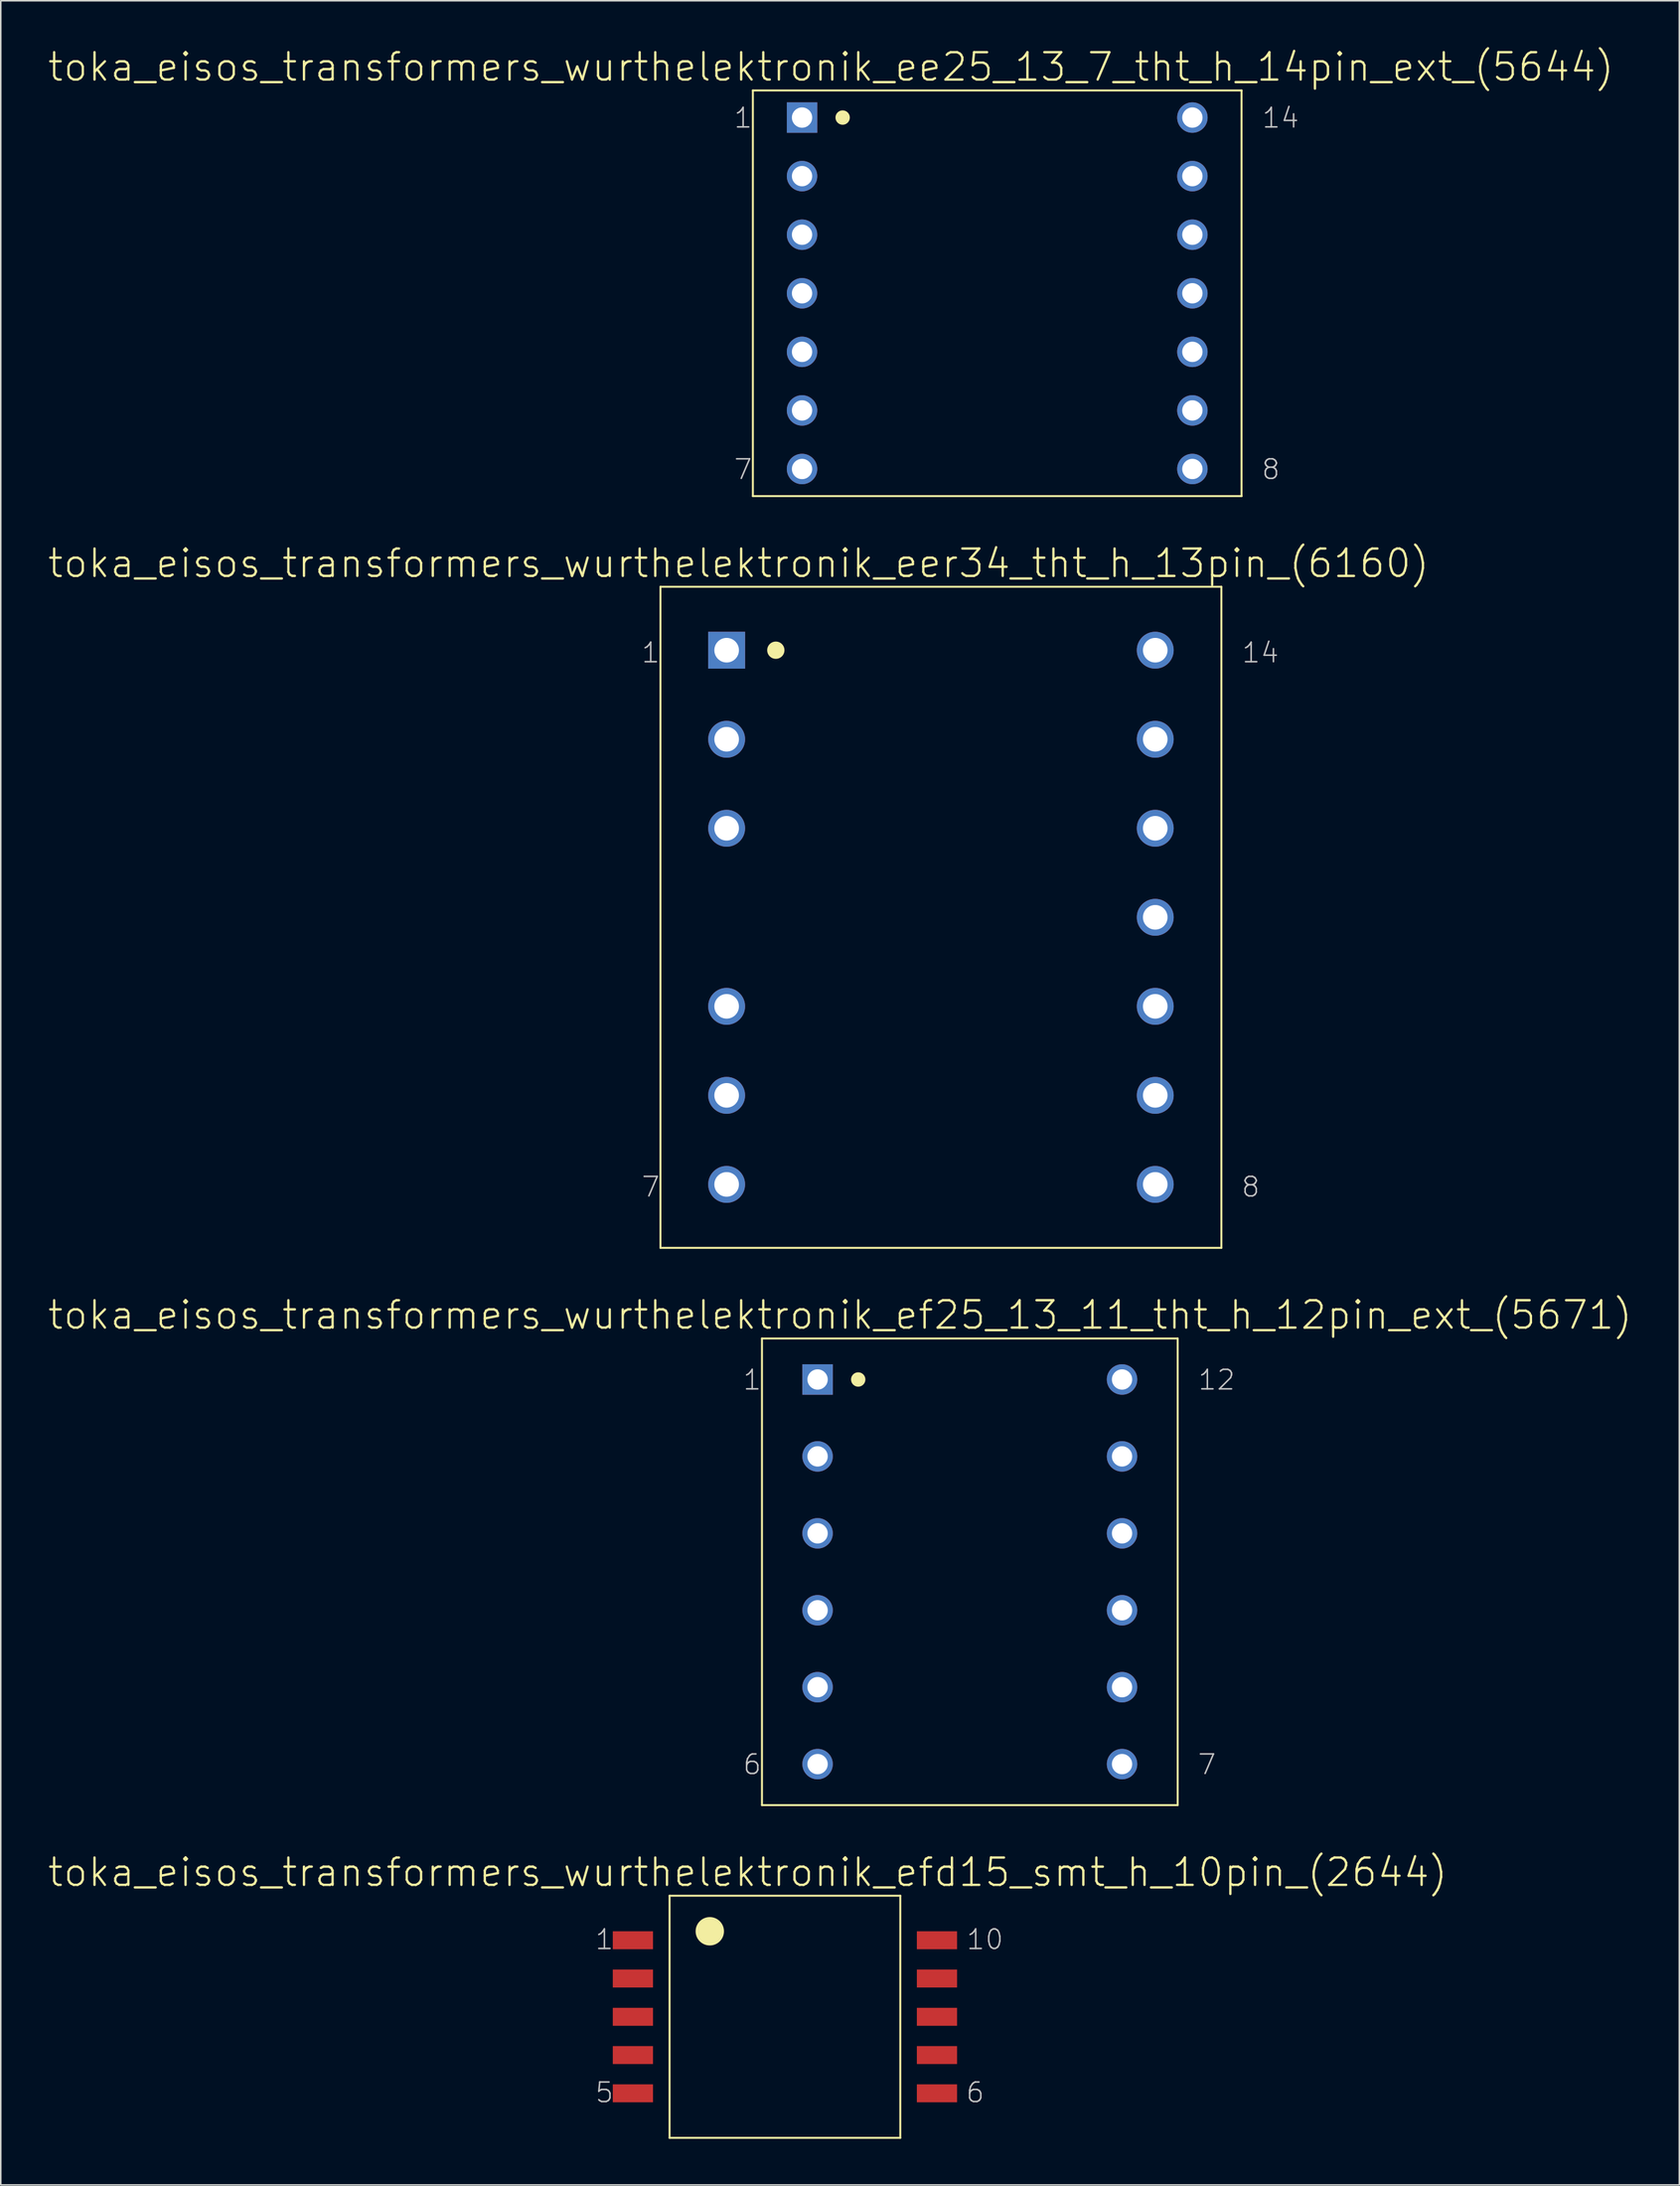
<source format=kicad_pcb>
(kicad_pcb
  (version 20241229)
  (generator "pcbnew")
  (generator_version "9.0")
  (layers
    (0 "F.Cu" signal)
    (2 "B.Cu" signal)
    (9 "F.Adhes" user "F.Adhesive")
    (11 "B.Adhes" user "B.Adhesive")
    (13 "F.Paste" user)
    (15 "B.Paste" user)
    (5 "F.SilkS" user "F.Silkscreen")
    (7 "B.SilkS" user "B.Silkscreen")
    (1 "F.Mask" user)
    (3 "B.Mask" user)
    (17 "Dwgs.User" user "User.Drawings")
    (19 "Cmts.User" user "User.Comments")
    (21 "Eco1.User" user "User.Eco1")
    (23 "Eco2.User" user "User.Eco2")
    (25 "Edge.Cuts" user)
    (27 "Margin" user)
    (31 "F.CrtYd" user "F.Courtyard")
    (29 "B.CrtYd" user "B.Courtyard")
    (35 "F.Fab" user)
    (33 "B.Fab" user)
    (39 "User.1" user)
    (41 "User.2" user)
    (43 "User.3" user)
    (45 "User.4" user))
  (footprint "toka_eisos_transformers_wurthelektronik_eer34_tht_h_13pin_(6160)"
    (layer "F.Cu")
    (at 58.179 56.618)
    (property "Reference" "toka_eisos_transformers_wurthelektronik_eer34_tht_h_13pin_(6160)" (at -13.17 -23.025 0) (layer "F.SilkS") (effects (font (size 1.778 1.778) (thickness 0.152))))
    (attr exclude_from_pos_files exclude_from_bom)
    (fp_line (start -18.25 -21.501) (end -18.25 21.501) (stroke (width 0.127) (type solid)) (layer "F.SilkS"))
    (fp_line (start -18.25 -21.501) (end 18.25 -21.501) (stroke (width 0.127) (type solid)) (layer "F.SilkS"))
    (fp_line (start -18.25 21.501) (end 18.25 21.501) (stroke (width 0.127) (type solid)) (layer "F.SilkS"))
    (fp_line (start 18.25 -21.501) (end 18.25 21.501) (stroke (width 0.127) (type solid)) (layer "F.SilkS"))
    (fp_circle (center -10.744 -17.374) (end -11.143 -17.772) (stroke (width 0) (type solid)) (fill yes) (layer "F.SilkS"))
    (fp_text user "7" (at -18.885 17.539 0) (layer "Dwgs.User") (effects (font (size 1.27 1.27) (thickness 0.102))))
    (fp_text user "8" (at 20.155 17.539 0) (layer "Dwgs.User") (effects (font (size 1.27 1.27) (thickness 0.102))))
    (fp_text user "14" (at 20.79 -17.209 0) (layer "Dwgs.User") (effects (font (size 1.27 1.27) (thickness 0.102))))
    (fp_text user "1" (at -18.885 -17.209 0) (layer "Dwgs.User") (effects (font (size 1.27 1.27) (thickness 0.102))))
    (pad "1" thru_hole rect (at -13.945 -17.374) (size 2.4 2.4) (drill 1.6) (layers "*.Cu" "*.Paste" "*.Mask"))
    (pad "2" thru_hole circle (at -13.945 -11.582) (size 2.4 2.4) (drill 1.6) (layers "*.Cu" "*.Paste" "*.Mask"))
    (pad "3" thru_hole circle (at -13.945 -5.791) (size 2.4 2.4) (drill 1.6) (layers "*.Cu" "*.Paste" "*.Mask"))
    (pad "5" thru_hole circle (at -13.945 5.791) (size 2.4 2.4) (drill 1.6) (layers "*.Cu" "*.Paste" "*.Mask"))
    (pad "6" thru_hole circle (at -13.945 11.582) (size 2.4 2.4) (drill 1.6) (layers "*.Cu" "*.Paste" "*.Mask"))
    (pad "7" thru_hole circle (at -13.945 17.374) (size 2.4 2.4) (drill 1.6) (layers "*.Cu" "*.Paste" "*.Mask"))
    (pad "8" thru_hole circle (at 13.945 17.374) (size 2.4 2.4) (drill 1.6) (layers "*.Cu" "*.Paste" "*.Mask"))
    (pad "9" thru_hole circle (at 13.945 11.582) (size 2.4 2.4) (drill 1.6) (layers "*.Cu" "*.Paste" "*.Mask"))
    (pad "10" thru_hole circle (at 13.945 5.791) (size 2.4 2.4) (drill 1.6) (layers "*.Cu" "*.Paste" "*.Mask"))
    (pad "11" thru_hole circle (at 13.945 0) (size 2.4 2.4) (drill 1.6) (layers "*.Cu" "*.Paste" "*.Mask"))
    (pad "12" thru_hole circle (at 13.945 -5.791) (size 2.4 2.4) (drill 1.6) (layers "*.Cu" "*.Paste" "*.Mask"))
    (pad "13" thru_hole circle (at 13.945 -11.582) (size 2.4 2.4) (drill 1.6) (layers "*.Cu" "*.Paste" "*.Mask"))
    (pad "14" thru_hole circle (at 13.945 -17.374) (size 2.4 2.4) (drill 1.6) (layers "*.Cu" "*.Paste" "*.Mask")))
  (footprint "toka_eisos_transformers_wurthelektronik_efd15_smt_h_10pin_(2644)"
    (layer "F.Cu")
    (at 48.027 128.137)
    (property "Reference" "toka_eisos_transformers_wurthelektronik_efd15_smt_h_10pin_(2644)" (at -2.426 -9.398 0) (layer "F.SilkS") (effects (font (size 1.778 1.778) (thickness 0.152))))
    (attr smd)
    (fp_line (start -7.506 -7.874) (end -7.506 7.874) (stroke (width 0.127) (type solid)) (layer "F.SilkS"))
    (fp_line (start -7.506 -7.874) (end 7.506 -7.874) (stroke (width 0.127) (type solid)) (layer "F.SilkS"))
    (fp_line (start -7.506 7.874) (end 7.506 7.874) (stroke (width 0.127) (type solid)) (layer "F.SilkS"))
    (fp_line (start 7.506 -7.874) (end 7.506 7.874) (stroke (width 0.127) (type solid)) (layer "F.SilkS"))
    (fp_circle (center -4.889 -5.563) (end -5.542 -6.215) (stroke (width 0) (type solid)) (fill yes) (layer "F.SilkS"))
    (fp_text user "10" (at 13.018 -5.029 0) (layer "Dwgs.User") (effects (font (size 1.27 1.27) (thickness 0.102))))
    (fp_text user "6" (at 12.383 4.928 0) (layer "Dwgs.User") (effects (font (size 1.27 1.27) (thickness 0.102))))
    (fp_text user "5" (at -11.748 4.928 0) (layer "Dwgs.User") (effects (font (size 1.27 1.27) (thickness 0.102))))
    (fp_text user "1" (at -11.748 -5.029 0) (layer "Dwgs.User") (effects (font (size 1.27 1.27) (thickness 0.102))))
    (pad "1" smd rect (at -9.893 -4.978) (size 2.616 1.168) (layers "F.Cu" "F.Mask" "F.Paste"))
    (pad "2" smd rect (at -9.893 -2.489) (size 2.616 1.168) (layers "F.Cu" "F.Mask" "F.Paste"))
    (pad "3" smd rect (at -9.893 0) (size 2.616 1.168) (layers "F.Cu" "F.Mask" "F.Paste"))
    (pad "4" smd rect (at -9.893 2.489) (size 2.616 1.168) (layers "F.Cu" "F.Mask" "F.Paste"))
    (pad "5" smd rect (at -9.893 4.978) (size 2.616 1.168) (layers "F.Cu" "F.Mask" "F.Paste"))
    (pad "6" smd rect (at 9.893 4.978) (size 2.616 1.168) (layers "F.Cu" "F.Mask" "F.Paste"))
    (pad "7" smd rect (at 9.893 2.489) (size 2.616 1.168) (layers "F.Cu" "F.Mask" "F.Paste"))
    (pad "8" smd rect (at 9.893 0) (size 2.616 1.168) (layers "F.Cu" "F.Mask" "F.Paste"))
    (pad "9" smd rect (at 9.893 -2.489) (size 2.616 1.168) (layers "F.Cu" "F.Mask" "F.Paste"))
    (pad "10" smd rect (at 9.893 -4.978) (size 2.616 1.168) (layers "F.Cu" "F.Mask" "F.Paste")))
  (footprint "toka_eisos_transformers_wurthelektronik_ef25_13_11_tht_h_12pin_ext_(5671)"
    (layer "F.Cu")
    (at 60.058 99.191)
    (property "Reference" "toka_eisos_transformers_wurthelektronik_ef25_13_11_tht_h_12pin_ext_(5671)" (at -8.445 -16.701 0) (layer "F.SilkS") (effects (font (size 1.778 1.778) (thickness 0.152))))
    (attr exclude_from_pos_files exclude_from_bom)
    (fp_line (start -13.525 -15.177) (end -13.525 15.177) (stroke (width 0.127) (type solid)) (layer "F.SilkS"))
    (fp_line (start -13.525 -15.177) (end 13.525 -15.177) (stroke (width 0.127) (type solid)) (layer "F.SilkS"))
    (fp_line (start -13.525 15.177) (end 13.525 15.177) (stroke (width 0.127) (type solid)) (layer "F.SilkS"))
    (fp_line (start 13.525 -15.177) (end 13.525 15.177) (stroke (width 0.127) (type solid)) (layer "F.SilkS"))
    (fp_circle (center -7.262 -12.509) (end -7.592 -12.84) (stroke (width 0) (type solid)) (fill yes) (layer "F.SilkS"))
    (fp_text user "12" (at 16.063 -12.484 0) (layer "Dwgs.User") (effects (font (size 1.27 1.27) (thickness 0.102))))
    (fp_text user "6" (at -14.161 12.535 0) (layer "Dwgs.User") (effects (font (size 1.27 1.27) (thickness 0.102))))
    (fp_text user "7" (at 15.431 12.535 0) (layer "Dwgs.User") (effects (font (size 1.27 1.27) (thickness 0.102))))
    (fp_text user "1" (at -14.161 -12.484 0) (layer "Dwgs.User") (effects (font (size 1.27 1.27) (thickness 0.102))))
    (pad "1" thru_hole rect (at -9.906 -12.509) (size 1.981 1.981) (drill 1.321) (layers "*.Cu" "*.Paste" "*.Mask"))
    (pad "2" thru_hole circle (at -9.906 -7.506) (size 1.981 1.981) (drill 1.321) (layers "*.Cu" "*.Paste" "*.Mask"))
    (pad "3" thru_hole circle (at -9.906 -2.502) (size 1.981 1.981) (drill 1.321) (layers "*.Cu" "*.Paste" "*.Mask"))
    (pad "4" thru_hole circle (at -9.906 2.502) (size 1.981 1.981) (drill 1.321) (layers "*.Cu" "*.Paste" "*.Mask"))
    (pad "5" thru_hole circle (at -9.906 7.506) (size 1.981 1.981) (drill 1.321) (layers "*.Cu" "*.Paste" "*.Mask"))
    (pad "6" thru_hole circle (at -9.906 12.509) (size 1.981 1.981) (drill 1.321) (layers "*.Cu" "*.Paste" "*.Mask"))
    (pad "7" thru_hole circle (at 9.906 12.509) (size 1.981 1.981) (drill 1.321) (layers "*.Cu" "*.Paste" "*.Mask"))
    (pad "8" thru_hole circle (at 9.906 7.506) (size 1.981 1.981) (drill 1.321) (layers "*.Cu" "*.Paste" "*.Mask"))
    (pad "9" thru_hole circle (at 9.906 2.502) (size 1.981 1.981) (drill 1.321) (layers "*.Cu" "*.Paste" "*.Mask"))
    (pad "10" thru_hole circle (at 9.906 -2.502) (size 1.981 1.981) (drill 1.321) (layers "*.Cu" "*.Paste" "*.Mask"))
    (pad "11" thru_hole circle (at 9.906 -7.506) (size 1.981 1.981) (drill 1.321) (layers "*.Cu" "*.Paste" "*.Mask"))
    (pad "12" thru_hole circle (at 9.906 -12.509) (size 1.981 1.981) (drill 1.321) (layers "*.Cu" "*.Paste" "*.Mask")))
  (footprint "toka_eisos_transformers_wurthelektronik_ee25_13_7_tht_h_14pin_ext_(5644)"
    (layer "F.Cu")
    (at 61.841 16.027)
    (property "Reference" "toka_eisos_transformers_wurthelektronik_ee25_13_7_tht_h_14pin_ext_(5644)" (at -10.82 -14.719 0) (layer "F.SilkS") (effects (font (size 1.778 1.778) (thickness 0.152))))
    (attr exclude_from_pos_files exclude_from_bom)
    (fp_line (start -15.9 -13.195) (end -15.9 13.195) (stroke (width 0.127) (type solid)) (layer "F.SilkS"))
    (fp_line (start -15.9 -13.195) (end 15.9 -13.195) (stroke (width 0.127) (type solid)) (layer "F.SilkS"))
    (fp_line (start -15.9 13.195) (end 15.9 13.195) (stroke (width 0.127) (type solid)) (layer "F.SilkS"))
    (fp_line (start 15.9 -13.195) (end 15.9 13.195) (stroke (width 0.127) (type solid)) (layer "F.SilkS"))
    (fp_circle (center -10.058 -11.43) (end -10.389 -11.76) (stroke (width 0) (type solid)) (fill yes) (layer "F.SilkS"))
    (fp_text user "1" (at -16.535 -11.405 0) (layer "Dwgs.User") (effects (font (size 1.27 1.27) (thickness 0.102))))
    (fp_text user "14" (at 18.44 -11.405 0) (layer "Dwgs.User") (effects (font (size 1.27 1.27) (thickness 0.102))))
    (fp_text user "8" (at 17.805 11.455 0) (layer "Dwgs.User") (effects (font (size 1.27 1.27) (thickness 0.102))))
    (fp_text user "7" (at -16.535 11.455 0) (layer "Dwgs.User") (effects (font (size 1.27 1.27) (thickness 0.102))))
    (pad "1" thru_hole rect (at -12.7 -11.43) (size 1.981 1.981) (drill 1.321) (layers "*.Cu" "*.Paste" "*.Mask"))
    (pad "2" thru_hole circle (at -12.7 -7.62) (size 1.981 1.981) (drill 1.321) (layers "*.Cu" "*.Paste" "*.Mask"))
    (pad "3" thru_hole circle (at -12.7 -3.81) (size 1.981 1.981) (drill 1.321) (layers "*.Cu" "*.Paste" "*.Mask"))
    (pad "4" thru_hole circle (at -12.7 0) (size 1.981 1.981) (drill 1.321) (layers "*.Cu" "*.Paste" "*.Mask"))
    (pad "5" thru_hole circle (at -12.7 3.81) (size 1.981 1.981) (drill 1.321) (layers "*.Cu" "*.Paste" "*.Mask"))
    (pad "6" thru_hole circle (at -12.7 7.62) (size 1.981 1.981) (drill 1.321) (layers "*.Cu" "*.Paste" "*.Mask"))
    (pad "7" thru_hole circle (at -12.7 11.43) (size 1.981 1.981) (drill 1.321) (layers "*.Cu" "*.Paste" "*.Mask"))
    (pad "8" thru_hole circle (at 12.7 11.43) (size 1.981 1.981) (drill 1.321) (layers "*.Cu" "*.Paste" "*.Mask"))
    (pad "9" thru_hole circle (at 12.7 7.62) (size 1.981 1.981) (drill 1.321) (layers "*.Cu" "*.Paste" "*.Mask"))
    (pad "10" thru_hole circle (at 12.7 3.81) (size 1.981 1.981) (drill 1.321) (layers "*.Cu" "*.Paste" "*.Mask"))
    (pad "11" thru_hole circle (at 12.7 0) (size 1.981 1.981) (drill 1.321) (layers "*.Cu" "*.Paste" "*.Mask"))
    (pad "12" thru_hole circle (at 12.7 -3.81) (size 1.981 1.981) (drill 1.321) (layers "*.Cu" "*.Paste" "*.Mask"))
    (pad "13" thru_hole circle (at 12.7 -7.62) (size 1.981 1.981) (drill 1.321) (layers "*.Cu" "*.Paste" "*.Mask"))
    (pad "14" thru_hole circle (at 12.7 -11.43) (size 1.981 1.981) (drill 1.321) (layers "*.Cu" "*.Paste" "*.Mask")))
  (gr_rect
    (start -3 -3)
    (end 106.226 139.074)
    (stroke (width 0.1) (type default))
    (fill no)
    (layer "Edge.Cuts")))
</source>
